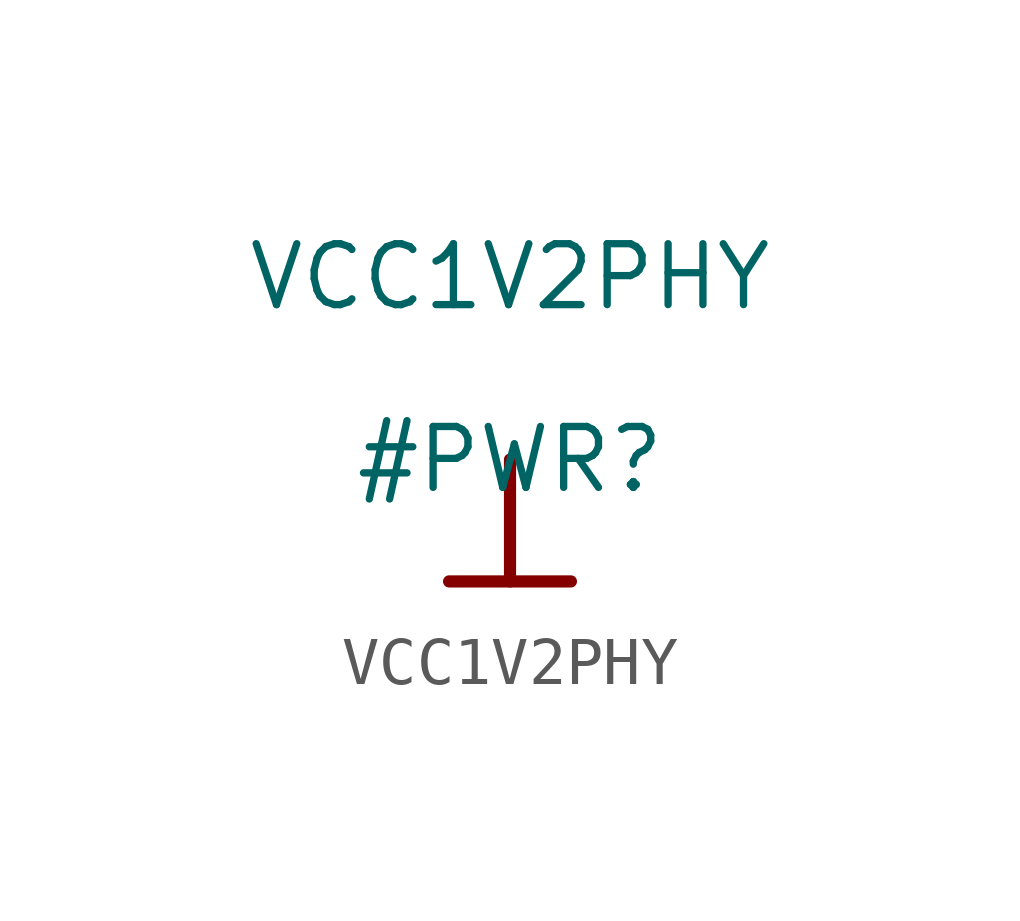
<source format=kicad_sym>
(kicad_symbol_lib
  (version 20211014)
  (generator kicad_symbol_editor)
  (symbol "VCC1V2PHY"
    (power)
    (property "Reference" "#PWR"
      (at 0 0 0)
      (effects (font (size 1.27 1.27))))
    (property "Value" "VCC1V2PHY"
      (at 0 3.81 0)
      (effects (font (size 1.27 1.27))))
    (symbol "VCC1V2PHY_0_0"
      (polyline (pts (xy -1.27 -2.54) (xy 1.27 -2.54)) (stroke (width 0.254) (type default) (color 0 0 0 0)) (fill (type none)))
      (polyline (pts (xy 0 0) (xy 0 -2.54)) (stroke (width 0.254) (type default) (color 0 0 0 0)) (fill (type none)))
      (pin power_in line (at 0 0 0) (length 0) hide (name "VCC1V2PHY" (effects (font (size 1.27 1.27)))) (number "" (effects (font (size 1.27 1.27))))))))
</source>
